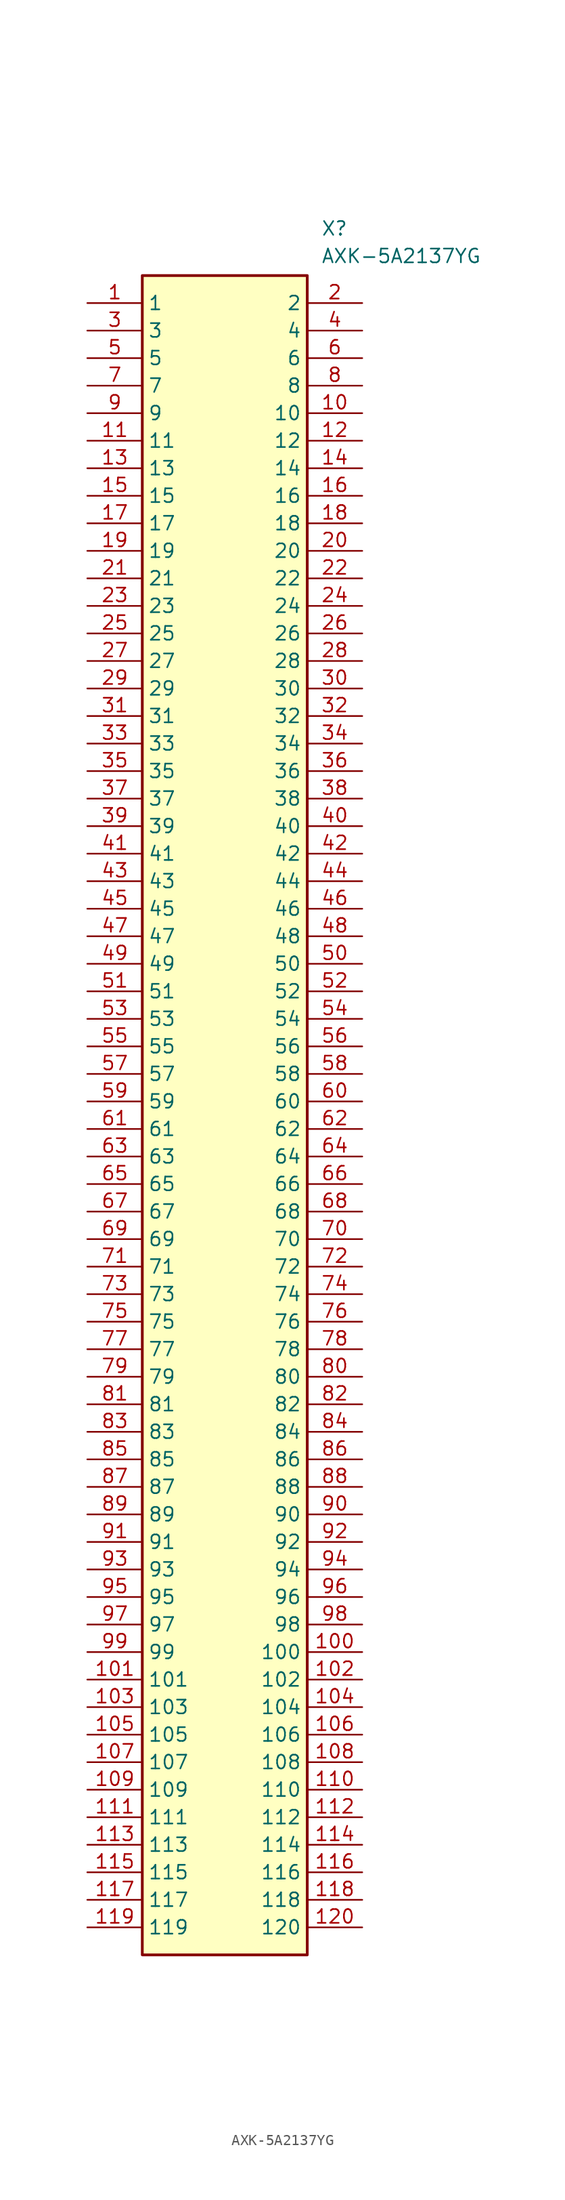
<source format=kicad_sym>
(kicad_symbol_lib
  (version 20241209)
  (generator "kicad_symbol_editor")
  (generator_version "9.0")
  (symbol "AXK-5A2137YG"
    (property "Reference" "X"
      (at 21.59 7.62 0)
      (effects (font (size 1.27 1.27)) (justify left top)))
    (property "Value" "AXK-5A2137YG"
      (at 21.59 5.08 0)
      (effects (font (size 1.27 1.27)) (justify left top)))
    (symbol "AXK-5A2137YG_1_1"
      (rectangle (start 5.08 2.54) (end 20.32 -152.4) (stroke (width 0.254) (type default)) (fill (type background)))
      (pin passive line (at 0 0 0) (length 5.08) (name "1" (effects (font (size 1.27 1.27)))) (number "1" (effects (font (size 1.27 1.27)))))
      (pin passive line (at 0 -2.54 0) (length 5.08) (name "3" (effects (font (size 1.27 1.27)))) (number "3" (effects (font (size 1.27 1.27)))))
      (pin passive line (at 0 -5.08 0) (length 5.08) (name "5" (effects (font (size 1.27 1.27)))) (number "5" (effects (font (size 1.27 1.27)))))
      (pin passive line (at 0 -7.62 0) (length 5.08) (name "7" (effects (font (size 1.27 1.27)))) (number "7" (effects (font (size 1.27 1.27)))))
      (pin passive line (at 0 -10.16 0) (length 5.08) (name "9" (effects (font (size 1.27 1.27)))) (number "9" (effects (font (size 1.27 1.27)))))
      (pin passive line (at 0 -12.7 0) (length 5.08) (name "11" (effects (font (size 1.27 1.27)))) (number "11" (effects (font (size 1.27 1.27)))))
      (pin passive line (at 0 -15.24 0) (length 5.08) (name "13" (effects (font (size 1.27 1.27)))) (number "13" (effects (font (size 1.27 1.27)))))
      (pin passive line (at 0 -17.78 0) (length 5.08) (name "15" (effects (font (size 1.27 1.27)))) (number "15" (effects (font (size 1.27 1.27)))))
      (pin passive line (at 0 -20.32 0) (length 5.08) (name "17" (effects (font (size 1.27 1.27)))) (number "17" (effects (font (size 1.27 1.27)))))
      (pin passive line (at 0 -22.86 0) (length 5.08) (name "19" (effects (font (size 1.27 1.27)))) (number "19" (effects (font (size 1.27 1.27)))))
      (pin passive line (at 0 -25.4 0) (length 5.08) (name "21" (effects (font (size 1.27 1.27)))) (number "21" (effects (font (size 1.27 1.27)))))
      (pin passive line (at 0 -27.94 0) (length 5.08) (name "23" (effects (font (size 1.27 1.27)))) (number "23" (effects (font (size 1.27 1.27)))))
      (pin passive line (at 0 -30.48 0) (length 5.08) (name "25" (effects (font (size 1.27 1.27)))) (number "25" (effects (font (size 1.27 1.27)))))
      (pin passive line (at 0 -33.02 0) (length 5.08) (name "27" (effects (font (size 1.27 1.27)))) (number "27" (effects (font (size 1.27 1.27)))))
      (pin passive line (at 0 -35.56 0) (length 5.08) (name "29" (effects (font (size 1.27 1.27)))) (number "29" (effects (font (size 1.27 1.27)))))
      (pin passive line (at 0 -38.1 0) (length 5.08) (name "31" (effects (font (size 1.27 1.27)))) (number "31" (effects (font (size 1.27 1.27)))))
      (pin passive line (at 0 -40.64 0) (length 5.08) (name "33" (effects (font (size 1.27 1.27)))) (number "33" (effects (font (size 1.27 1.27)))))
      (pin passive line (at 0 -43.18 0) (length 5.08) (name "35" (effects (font (size 1.27 1.27)))) (number "35" (effects (font (size 1.27 1.27)))))
      (pin passive line (at 0 -45.72 0) (length 5.08) (name "37" (effects (font (size 1.27 1.27)))) (number "37" (effects (font (size 1.27 1.27)))))
      (pin passive line (at 0 -48.26 0) (length 5.08) (name "39" (effects (font (size 1.27 1.27)))) (number "39" (effects (font (size 1.27 1.27)))))
      (pin passive line (at 0 -50.8 0) (length 5.08) (name "41" (effects (font (size 1.27 1.27)))) (number "41" (effects (font (size 1.27 1.27)))))
      (pin passive line (at 0 -53.34 0) (length 5.08) (name "43" (effects (font (size 1.27 1.27)))) (number "43" (effects (font (size 1.27 1.27)))))
      (pin passive line (at 0 -55.88 0) (length 5.08) (name "45" (effects (font (size 1.27 1.27)))) (number "45" (effects (font (size 1.27 1.27)))))
      (pin passive line (at 0 -58.42 0) (length 5.08) (name "47" (effects (font (size 1.27 1.27)))) (number "47" (effects (font (size 1.27 1.27)))))
      (pin passive line (at 0 -60.96 0) (length 5.08) (name "49" (effects (font (size 1.27 1.27)))) (number "49" (effects (font (size 1.27 1.27)))))
      (pin passive line (at 0 -63.5 0) (length 5.08) (name "51" (effects (font (size 1.27 1.27)))) (number "51" (effects (font (size 1.27 1.27)))))
      (pin passive line (at 0 -66.04 0) (length 5.08) (name "53" (effects (font (size 1.27 1.27)))) (number "53" (effects (font (size 1.27 1.27)))))
      (pin passive line (at 0 -68.58 0) (length 5.08) (name "55" (effects (font (size 1.27 1.27)))) (number "55" (effects (font (size 1.27 1.27)))))
      (pin passive line (at 0 -71.12 0) (length 5.08) (name "57" (effects (font (size 1.27 1.27)))) (number "57" (effects (font (size 1.27 1.27)))))
      (pin passive line (at 0 -73.66 0) (length 5.08) (name "59" (effects (font (size 1.27 1.27)))) (number "59" (effects (font (size 1.27 1.27)))))
      (pin passive line (at 0 -76.2 0) (length 5.08) (name "61" (effects (font (size 1.27 1.27)))) (number "61" (effects (font (size 1.27 1.27)))))
      (pin passive line (at 0 -78.74 0) (length 5.08) (name "63" (effects (font (size 1.27 1.27)))) (number "63" (effects (font (size 1.27 1.27)))))
      (pin passive line (at 0 -81.28 0) (length 5.08) (name "65" (effects (font (size 1.27 1.27)))) (number "65" (effects (font (size 1.27 1.27)))))
      (pin passive line (at 0 -83.82 0) (length 5.08) (name "67" (effects (font (size 1.27 1.27)))) (number "67" (effects (font (size 1.27 1.27)))))
      (pin passive line (at 0 -86.36 0) (length 5.08) (name "69" (effects (font (size 1.27 1.27)))) (number "69" (effects (font (size 1.27 1.27)))))
      (pin passive line (at 0 -88.9 0) (length 5.08) (name "71" (effects (font (size 1.27 1.27)))) (number "71" (effects (font (size 1.27 1.27)))))
      (pin passive line (at 0 -91.44 0) (length 5.08) (name "73" (effects (font (size 1.27 1.27)))) (number "73" (effects (font (size 1.27 1.27)))))
      (pin passive line (at 0 -93.98 0) (length 5.08) (name "75" (effects (font (size 1.27 1.27)))) (number "75" (effects (font (size 1.27 1.27)))))
      (pin passive line (at 0 -96.52 0) (length 5.08) (name "77" (effects (font (size 1.27 1.27)))) (number "77" (effects (font (size 1.27 1.27)))))
      (pin passive line (at 0 -99.06 0) (length 5.08) (name "79" (effects (font (size 1.27 1.27)))) (number "79" (effects (font (size 1.27 1.27)))))
      (pin passive line (at 0 -101.6 0) (length 5.08) (name "81" (effects (font (size 1.27 1.27)))) (number "81" (effects (font (size 1.27 1.27)))))
      (pin passive line (at 0 -104.14 0) (length 5.08) (name "83" (effects (font (size 1.27 1.27)))) (number "83" (effects (font (size 1.27 1.27)))))
      (pin passive line (at 0 -106.68 0) (length 5.08) (name "85" (effects (font (size 1.27 1.27)))) (number "85" (effects (font (size 1.27 1.27)))))
      (pin passive line (at 0 -109.22 0) (length 5.08) (name "87" (effects (font (size 1.27 1.27)))) (number "87" (effects (font (size 1.27 1.27)))))
      (pin passive line (at 0 -111.76 0) (length 5.08) (name "89" (effects (font (size 1.27 1.27)))) (number "89" (effects (font (size 1.27 1.27)))))
      (pin passive line (at 0 -114.3 0) (length 5.08) (name "91" (effects (font (size 1.27 1.27)))) (number "91" (effects (font (size 1.27 1.27)))))
      (pin passive line (at 0 -116.84 0) (length 5.08) (name "93" (effects (font (size 1.27 1.27)))) (number "93" (effects (font (size 1.27 1.27)))))
      (pin passive line (at 0 -119.38 0) (length 5.08) (name "95" (effects (font (size 1.27 1.27)))) (number "95" (effects (font (size 1.27 1.27)))))
      (pin passive line (at 0 -121.92 0) (length 5.08) (name "97" (effects (font (size 1.27 1.27)))) (number "97" (effects (font (size 1.27 1.27)))))
      (pin passive line (at 0 -124.46 0) (length 5.08) (name "99" (effects (font (size 1.27 1.27)))) (number "99" (effects (font (size 1.27 1.27)))))
      (pin passive line (at 0 -127 0) (length 5.08) (name "101" (effects (font (size 1.27 1.27)))) (number "101" (effects (font (size 1.27 1.27)))))
      (pin passive line (at 0 -129.54 0) (length 5.08) (name "103" (effects (font (size 1.27 1.27)))) (number "103" (effects (font (size 1.27 1.27)))))
      (pin passive line (at 0 -132.08 0) (length 5.08) (name "105" (effects (font (size 1.27 1.27)))) (number "105" (effects (font (size 1.27 1.27)))))
      (pin passive line (at 0 -134.62 0) (length 5.08) (name "107" (effects (font (size 1.27 1.27)))) (number "107" (effects (font (size 1.27 1.27)))))
      (pin passive line (at 0 -137.16 0) (length 5.08) (name "109" (effects (font (size 1.27 1.27)))) (number "109" (effects (font (size 1.27 1.27)))))
      (pin passive line (at 0 -139.7 0) (length 5.08) (name "111" (effects (font (size 1.27 1.27)))) (number "111" (effects (font (size 1.27 1.27)))))
      (pin passive line (at 0 -142.24 0) (length 5.08) (name "113" (effects (font (size 1.27 1.27)))) (number "113" (effects (font (size 1.27 1.27)))))
      (pin passive line (at 0 -144.78 0) (length 5.08) (name "115" (effects (font (size 1.27 1.27)))) (number "115" (effects (font (size 1.27 1.27)))))
      (pin passive line (at 0 -147.32 0) (length 5.08) (name "117" (effects (font (size 1.27 1.27)))) (number "117" (effects (font (size 1.27 1.27)))))
      (pin passive line (at 0 -149.86 0) (length 5.08) (name "119" (effects (font (size 1.27 1.27)))) (number "119" (effects (font (size 1.27 1.27)))))
      (pin passive line (at 25.4 0 180) (length 5.08) (name "2" (effects (font (size 1.27 1.27)))) (number "2" (effects (font (size 1.27 1.27)))))
      (pin passive line (at 25.4 -2.54 180) (length 5.08) (name "4" (effects (font (size 1.27 1.27)))) (number "4" (effects (font (size 1.27 1.27)))))
      (pin passive line (at 25.4 -5.08 180) (length 5.08) (name "6" (effects (font (size 1.27 1.27)))) (number "6" (effects (font (size 1.27 1.27)))))
      (pin passive line (at 25.4 -7.62 180) (length 5.08) (name "8" (effects (font (size 1.27 1.27)))) (number "8" (effects (font (size 1.27 1.27)))))
      (pin passive line (at 25.4 -10.16 180) (length 5.08) (name "10" (effects (font (size 1.27 1.27)))) (number "10" (effects (font (size 1.27 1.27)))))
      (pin passive line (at 25.4 -12.7 180) (length 5.08) (name "12" (effects (font (size 1.27 1.27)))) (number "12" (effects (font (size 1.27 1.27)))))
      (pin passive line (at 25.4 -15.24 180) (length 5.08) (name "14" (effects (font (size 1.27 1.27)))) (number "14" (effects (font (size 1.27 1.27)))))
      (pin passive line (at 25.4 -17.78 180) (length 5.08) (name "16" (effects (font (size 1.27 1.27)))) (number "16" (effects (font (size 1.27 1.27)))))
      (pin passive line (at 25.4 -20.32 180) (length 5.08) (name "18" (effects (font (size 1.27 1.27)))) (number "18" (effects (font (size 1.27 1.27)))))
      (pin passive line (at 25.4 -22.86 180) (length 5.08) (name "20" (effects (font (size 1.27 1.27)))) (number "20" (effects (font (size 1.27 1.27)))))
      (pin passive line (at 25.4 -25.4 180) (length 5.08) (name "22" (effects (font (size 1.27 1.27)))) (number "22" (effects (font (size 1.27 1.27)))))
      (pin passive line (at 25.4 -27.94 180) (length 5.08) (name "24" (effects (font (size 1.27 1.27)))) (number "24" (effects (font (size 1.27 1.27)))))
      (pin passive line (at 25.4 -30.48 180) (length 5.08) (name "26" (effects (font (size 1.27 1.27)))) (number "26" (effects (font (size 1.27 1.27)))))
      (pin passive line (at 25.4 -33.02 180) (length 5.08) (name "28" (effects (font (size 1.27 1.27)))) (number "28" (effects (font (size 1.27 1.27)))))
      (pin passive line (at 25.4 -35.56 180) (length 5.08) (name "30" (effects (font (size 1.27 1.27)))) (number "30" (effects (font (size 1.27 1.27)))))
      (pin passive line (at 25.4 -38.1 180) (length 5.08) (name "32" (effects (font (size 1.27 1.27)))) (number "32" (effects (font (size 1.27 1.27)))))
      (pin passive line (at 25.4 -40.64 180) (length 5.08) (name "34" (effects (font (size 1.27 1.27)))) (number "34" (effects (font (size 1.27 1.27)))))
      (pin passive line (at 25.4 -43.18 180) (length 5.08) (name "36" (effects (font (size 1.27 1.27)))) (number "36" (effects (font (size 1.27 1.27)))))
      (pin passive line (at 25.4 -45.72 180) (length 5.08) (name "38" (effects (font (size 1.27 1.27)))) (number "38" (effects (font (size 1.27 1.27)))))
      (pin passive line (at 25.4 -48.26 180) (length 5.08) (name "40" (effects (font (size 1.27 1.27)))) (number "40" (effects (font (size 1.27 1.27)))))
      (pin passive line (at 25.4 -50.8 180) (length 5.08) (name "42" (effects (font (size 1.27 1.27)))) (number "42" (effects (font (size 1.27 1.27)))))
      (pin passive line (at 25.4 -53.34 180) (length 5.08) (name "44" (effects (font (size 1.27 1.27)))) (number "44" (effects (font (size 1.27 1.27)))))
      (pin passive line (at 25.4 -55.88 180) (length 5.08) (name "46" (effects (font (size 1.27 1.27)))) (number "46" (effects (font (size 1.27 1.27)))))
      (pin passive line (at 25.4 -58.42 180) (length 5.08) (name "48" (effects (font (size 1.27 1.27)))) (number "48" (effects (font (size 1.27 1.27)))))
      (pin passive line (at 25.4 -60.96 180) (length 5.08) (name "50" (effects (font (size 1.27 1.27)))) (number "50" (effects (font (size 1.27 1.27)))))
      (pin passive line (at 25.4 -63.5 180) (length 5.08) (name "52" (effects (font (size 1.27 1.27)))) (number "52" (effects (font (size 1.27 1.27)))))
      (pin passive line (at 25.4 -66.04 180) (length 5.08) (name "54" (effects (font (size 1.27 1.27)))) (number "54" (effects (font (size 1.27 1.27)))))
      (pin passive line (at 25.4 -68.58 180) (length 5.08) (name "56" (effects (font (size 1.27 1.27)))) (number "56" (effects (font (size 1.27 1.27)))))
      (pin passive line (at 25.4 -71.12 180) (length 5.08) (name "58" (effects (font (size 1.27 1.27)))) (number "58" (effects (font (size 1.27 1.27)))))
      (pin passive line (at 25.4 -73.66 180) (length 5.08) (name "60" (effects (font (size 1.27 1.27)))) (number "60" (effects (font (size 1.27 1.27)))))
      (pin passive line (at 25.4 -76.2 180) (length 5.08) (name "62" (effects (font (size 1.27 1.27)))) (number "62" (effects (font (size 1.27 1.27)))))
      (pin passive line (at 25.4 -78.74 180) (length 5.08) (name "64" (effects (font (size 1.27 1.27)))) (number "64" (effects (font (size 1.27 1.27)))))
      (pin passive line (at 25.4 -81.28 180) (length 5.08) (name "66" (effects (font (size 1.27 1.27)))) (number "66" (effects (font (size 1.27 1.27)))))
      (pin passive line (at 25.4 -83.82 180) (length 5.08) (name "68" (effects (font (size 1.27 1.27)))) (number "68" (effects (font (size 1.27 1.27)))))
      (pin passive line (at 25.4 -86.36 180) (length 5.08) (name "70" (effects (font (size 1.27 1.27)))) (number "70" (effects (font (size 1.27 1.27)))))
      (pin passive line (at 25.4 -88.9 180) (length 5.08) (name "72" (effects (font (size 1.27 1.27)))) (number "72" (effects (font (size 1.27 1.27)))))
      (pin passive line (at 25.4 -91.44 180) (length 5.08) (name "74" (effects (font (size 1.27 1.27)))) (number "74" (effects (font (size 1.27 1.27)))))
      (pin passive line (at 25.4 -93.98 180) (length 5.08) (name "76" (effects (font (size 1.27 1.27)))) (number "76" (effects (font (size 1.27 1.27)))))
      (pin passive line (at 25.4 -96.52 180) (length 5.08) (name "78" (effects (font (size 1.27 1.27)))) (number "78" (effects (font (size 1.27 1.27)))))
      (pin passive line (at 25.4 -99.06 180) (length 5.08) (name "80" (effects (font (size 1.27 1.27)))) (number "80" (effects (font (size 1.27 1.27)))))
      (pin passive line (at 25.4 -101.6 180) (length 5.08) (name "82" (effects (font (size 1.27 1.27)))) (number "82" (effects (font (size 1.27 1.27)))))
      (pin passive line (at 25.4 -104.14 180) (length 5.08) (name "84" (effects (font (size 1.27 1.27)))) (number "84" (effects (font (size 1.27 1.27)))))
      (pin passive line (at 25.4 -106.68 180) (length 5.08) (name "86" (effects (font (size 1.27 1.27)))) (number "86" (effects (font (size 1.27 1.27)))))
      (pin passive line (at 25.4 -109.22 180) (length 5.08) (name "88" (effects (font (size 1.27 1.27)))) (number "88" (effects (font (size 1.27 1.27)))))
      (pin passive line (at 25.4 -111.76 180) (length 5.08) (name "90" (effects (font (size 1.27 1.27)))) (number "90" (effects (font (size 1.27 1.27)))))
      (pin passive line (at 25.4 -114.3 180) (length 5.08) (name "92" (effects (font (size 1.27 1.27)))) (number "92" (effects (font (size 1.27 1.27)))))
      (pin passive line (at 25.4 -116.84 180) (length 5.08) (name "94" (effects (font (size 1.27 1.27)))) (number "94" (effects (font (size 1.27 1.27)))))
      (pin passive line (at 25.4 -119.38 180) (length 5.08) (name "96" (effects (font (size 1.27 1.27)))) (number "96" (effects (font (size 1.27 1.27)))))
      (pin passive line (at 25.4 -121.92 180) (length 5.08) (name "98" (effects (font (size 1.27 1.27)))) (number "98" (effects (font (size 1.27 1.27)))))
      (pin passive line (at 25.4 -124.46 180) (length 5.08) (name "100" (effects (font (size 1.27 1.27)))) (number "100" (effects (font (size 1.27 1.27)))))
      (pin passive line (at 25.4 -127 180) (length 5.08) (name "102" (effects (font (size 1.27 1.27)))) (number "102" (effects (font (size 1.27 1.27)))))
      (pin passive line (at 25.4 -129.54 180) (length 5.08) (name "104" (effects (font (size 1.27 1.27)))) (number "104" (effects (font (size 1.27 1.27)))))
      (pin passive line (at 25.4 -132.08 180) (length 5.08) (name "106" (effects (font (size 1.27 1.27)))) (number "106" (effects (font (size 1.27 1.27)))))
      (pin passive line (at 25.4 -134.62 180) (length 5.08) (name "108" (effects (font (size 1.27 1.27)))) (number "108" (effects (font (size 1.27 1.27)))))
      (pin passive line (at 25.4 -137.16 180) (length 5.08) (name "110" (effects (font (size 1.27 1.27)))) (number "110" (effects (font (size 1.27 1.27)))))
      (pin passive line (at 25.4 -139.7 180) (length 5.08) (name "112" (effects (font (size 1.27 1.27)))) (number "112" (effects (font (size 1.27 1.27)))))
      (pin passive line (at 25.4 -142.24 180) (length 5.08) (name "114" (effects (font (size 1.27 1.27)))) (number "114" (effects (font (size 1.27 1.27)))))
      (pin passive line (at 25.4 -144.78 180) (length 5.08) (name "116" (effects (font (size 1.27 1.27)))) (number "116" (effects (font (size 1.27 1.27)))))
      (pin passive line (at 25.4 -147.32 180) (length 5.08) (name "118" (effects (font (size 1.27 1.27)))) (number "118" (effects (font (size 1.27 1.27)))))
      (pin passive line (at 25.4 -149.86 180) (length 5.08) (name "120" (effects (font (size 1.27 1.27)))) (number "120" (effects (font (size 1.27 1.27))))))))
</source>
